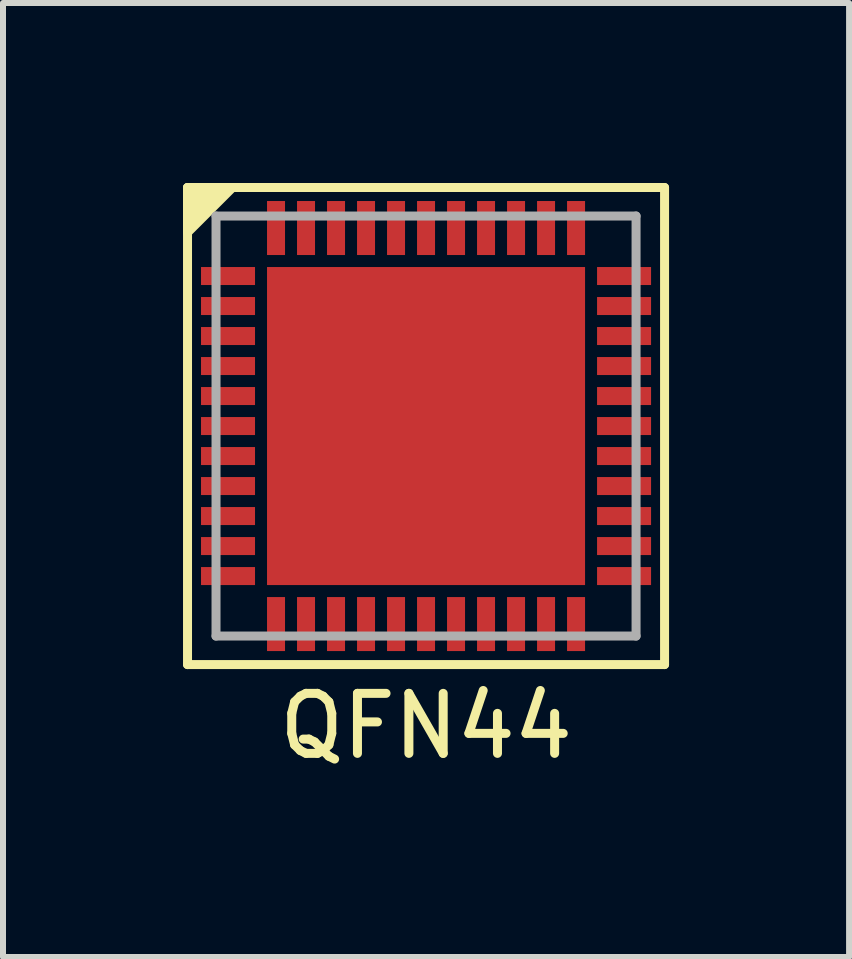
<source format=kicad_pcb>
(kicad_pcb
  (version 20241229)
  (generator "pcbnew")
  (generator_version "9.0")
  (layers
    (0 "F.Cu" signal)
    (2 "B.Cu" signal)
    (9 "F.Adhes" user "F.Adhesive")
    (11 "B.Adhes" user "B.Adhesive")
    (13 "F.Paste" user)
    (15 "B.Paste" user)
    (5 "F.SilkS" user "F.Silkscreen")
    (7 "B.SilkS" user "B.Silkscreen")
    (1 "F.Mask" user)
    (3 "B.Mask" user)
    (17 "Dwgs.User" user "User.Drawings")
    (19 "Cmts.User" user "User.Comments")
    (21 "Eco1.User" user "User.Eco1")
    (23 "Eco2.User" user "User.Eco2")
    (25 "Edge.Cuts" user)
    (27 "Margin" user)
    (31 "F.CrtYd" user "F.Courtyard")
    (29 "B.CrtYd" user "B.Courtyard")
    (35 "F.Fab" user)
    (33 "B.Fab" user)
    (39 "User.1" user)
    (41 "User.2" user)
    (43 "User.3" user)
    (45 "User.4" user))
  (footprint "QFN44"
    (layer "F.Cu")
    (at 4.05 4.05)
    (property "Reference" "QFN44" (at 0 5 0) (layer "F.SilkS") (effects (font (size 1 1) (thickness 0.15))))
    (attr through_hole)
    (fp_line (start -3.975 -3.975) (end -3.975 3.975) (stroke (width 0.15) (type solid)) (layer "F.SilkS"))
    (fp_line (start -3.975 3.975) (end 3.975 3.975) (stroke (width 0.15) (type solid)) (layer "F.SilkS"))
    (fp_line (start 3.975 -3.975) (end -3.975 -3.975) (stroke (width 0.15) (type solid)) (layer "F.SilkS"))
    (fp_line (start 3.975 3.975) (end 3.975 -3.975) (stroke (width 0.15) (type solid)) (layer "F.SilkS"))
    (fp_poly (pts (xy -3.975 -3.225) (xy -3.975 -3.975) (xy -3.225 -3.975)) (stroke (width 0.15) (type solid)) (fill yes) (layer "F.SilkS"))
    (fp_line (start -3.5 -3.5) (end -3.5 3.5) (stroke (width 0.15) (type solid)) (layer "F.Fab"))
    (fp_line (start -3.5 -3.5) (end 3.5 -3.5) (stroke (width 0.15) (type solid)) (layer "F.Fab"))
    (fp_line (start -3.5 3.5) (end 3.5 3.5) (stroke (width 0.15) (type solid)) (layer "F.Fab"))
    (fp_line (start 3.5 -3.5) (end 3.5 3.5) (stroke (width 0.15) (type solid)) (layer "F.Fab"))
    (pad "1" smd rect (at -3.3 -2.5) (size 0.9 0.3) (layers "F.Cu" "F.Mask" "F.Paste"))
    (pad "2" smd rect (at -3.3 -2) (size 0.9 0.3) (layers "F.Cu" "F.Mask" "F.Paste"))
    (pad "3" smd rect (at -3.3 -1.5) (size 0.9 0.3) (layers "F.Cu" "F.Mask" "F.Paste"))
    (pad "4" smd rect (at -3.3 -1) (size 0.9 0.3) (layers "F.Cu" "F.Mask" "F.Paste"))
    (pad "5" smd rect (at -3.3 -0.5) (size 0.9 0.3) (layers "F.Cu" "F.Mask" "F.Paste"))
    (pad "6" smd rect (at -3.3 0) (size 0.9 0.3) (layers "F.Cu" "F.Mask" "F.Paste"))
    (pad "7" smd rect (at -3.3 0.5) (size 0.9 0.3) (layers "F.Cu" "F.Mask" "F.Paste"))
    (pad "8" smd rect (at -3.3 1) (size 0.9 0.3) (layers "F.Cu" "F.Mask" "F.Paste"))
    (pad "9" smd rect (at -3.3 1.5) (size 0.9 0.3) (layers "F.Cu" "F.Mask" "F.Paste"))
    (pad "10" smd rect (at -3.3 2) (size 0.9 0.3) (layers "F.Cu" "F.Mask" "F.Paste"))
    (pad "11" smd rect (at -3.3 2.5) (size 0.9 0.3) (layers "F.Cu" "F.Mask" "F.Paste"))
    (pad "12" smd rect (at -2.5 3.3 90) (size 0.9 0.3) (layers "F.Cu" "F.Mask" "F.Paste"))
    (pad "13" smd rect (at -2 3.3 90) (size 0.9 0.3) (layers "F.Cu" "F.Mask" "F.Paste"))
    (pad "14" smd rect (at -1.5 3.3 90) (size 0.9 0.3) (layers "F.Cu" "F.Mask" "F.Paste"))
    (pad "15" smd rect (at -1 3.3 90) (size 0.9 0.3) (layers "F.Cu" "F.Mask" "F.Paste"))
    (pad "16" smd rect (at -0.5 3.3 90) (size 0.9 0.3) (layers "F.Cu" "F.Mask" "F.Paste"))
    (pad "17" smd rect (at 0 3.3 90) (size 0.9 0.3) (layers "F.Cu" "F.Mask" "F.Paste"))
    (pad "18" smd rect (at 0.5 3.3 90) (size 0.9 0.3) (layers "F.Cu" "F.Mask" "F.Paste"))
    (pad "19" smd rect (at 1 3.3 90) (size 0.9 0.3) (layers "F.Cu" "F.Mask" "F.Paste"))
    (pad "20" smd rect (at 1.5 3.3 90) (size 0.9 0.3) (layers "F.Cu" "F.Mask" "F.Paste"))
    (pad "21" smd rect (at 2 3.3 90) (size 0.9 0.3) (layers "F.Cu" "F.Mask" "F.Paste"))
    (pad "22" smd rect (at 2.5 3.3 90) (size 0.9 0.3) (layers "F.Cu" "F.Mask" "F.Paste"))
    (pad "23" smd rect (at 3.3 2.5 180) (size 0.9 0.3) (layers "F.Cu" "F.Mask" "F.Paste"))
    (pad "24" smd rect (at 3.3 2 180) (size 0.9 0.3) (layers "F.Cu" "F.Mask" "F.Paste"))
    (pad "25" smd rect (at 3.3 1.5 180) (size 0.9 0.3) (layers "F.Cu" "F.Mask" "F.Paste"))
    (pad "26" smd rect (at 3.3 1 180) (size 0.9 0.3) (layers "F.Cu" "F.Mask" "F.Paste"))
    (pad "27" smd rect (at 3.3 0.5 180) (size 0.9 0.3) (layers "F.Cu" "F.Mask" "F.Paste"))
    (pad "28" smd rect (at 3.3 0 180) (size 0.9 0.3) (layers "F.Cu" "F.Mask" "F.Paste"))
    (pad "29" smd rect (at 3.3 -0.5 180) (size 0.9 0.3) (layers "F.Cu" "F.Mask" "F.Paste"))
    (pad "30" smd rect (at 3.3 -1 180) (size 0.9 0.3) (layers "F.Cu" "F.Mask" "F.Paste"))
    (pad "31" smd rect (at 3.3 -1.5 180) (size 0.9 0.3) (layers "F.Cu" "F.Mask" "F.Paste"))
    (pad "32" smd rect (at 3.3 -2 180) (size 0.9 0.3) (layers "F.Cu" "F.Mask" "F.Paste"))
    (pad "33" smd rect (at 3.3 -2.5 180) (size 0.9 0.3) (layers "F.Cu" "F.Mask" "F.Paste"))
    (pad "34" smd rect (at 2.5 -3.3 270) (size 0.9 0.3) (layers "F.Cu" "F.Mask" "F.Paste"))
    (pad "35" smd rect (at 2 -3.3 270) (size 0.9 0.3) (layers "F.Cu" "F.Mask" "F.Paste"))
    (pad "36" smd rect (at 1.5 -3.3 270) (size 0.9 0.3) (layers "F.Cu" "F.Mask" "F.Paste"))
    (pad "37" smd rect (at 1 -3.3 270) (size 0.9 0.3) (layers "F.Cu" "F.Mask" "F.Paste"))
    (pad "38" smd rect (at 0.5 -3.3 270) (size 0.9 0.3) (layers "F.Cu" "F.Mask" "F.Paste"))
    (pad "39" smd rect (at 0 -3.3 270) (size 0.9 0.3) (layers "F.Cu" "F.Mask" "F.Paste"))
    (pad "40" smd rect (at -0.5 -3.3 270) (size 0.9 0.3) (layers "F.Cu" "F.Mask" "F.Paste"))
    (pad "41" smd rect (at -1 -3.3 270) (size 0.9 0.3) (layers "F.Cu" "F.Mask" "F.Paste"))
    (pad "42" smd rect (at -1.5 -3.3 270) (size 0.9 0.3) (layers "F.Cu" "F.Mask" "F.Paste"))
    (pad "43" smd rect (at -2 -3.3 270) (size 0.9 0.3) (layers "F.Cu" "F.Mask" "F.Paste"))
    (pad "44" smd rect (at -2.5 -3.3 270) (size 0.9 0.3) (layers "F.Cu" "F.Mask" "F.Paste"))
    (pad "45" smd rect (at 0 0) (size 5.3 5.3) (layers "F.Cu" "F.Mask" "F.Paste")))
  (gr_rect
    (start -3 -3)
    (end 11.1 12.898)
    (stroke (width 0.1) (type default))
    (fill no)
    (layer "Edge.Cuts")))
</source>
